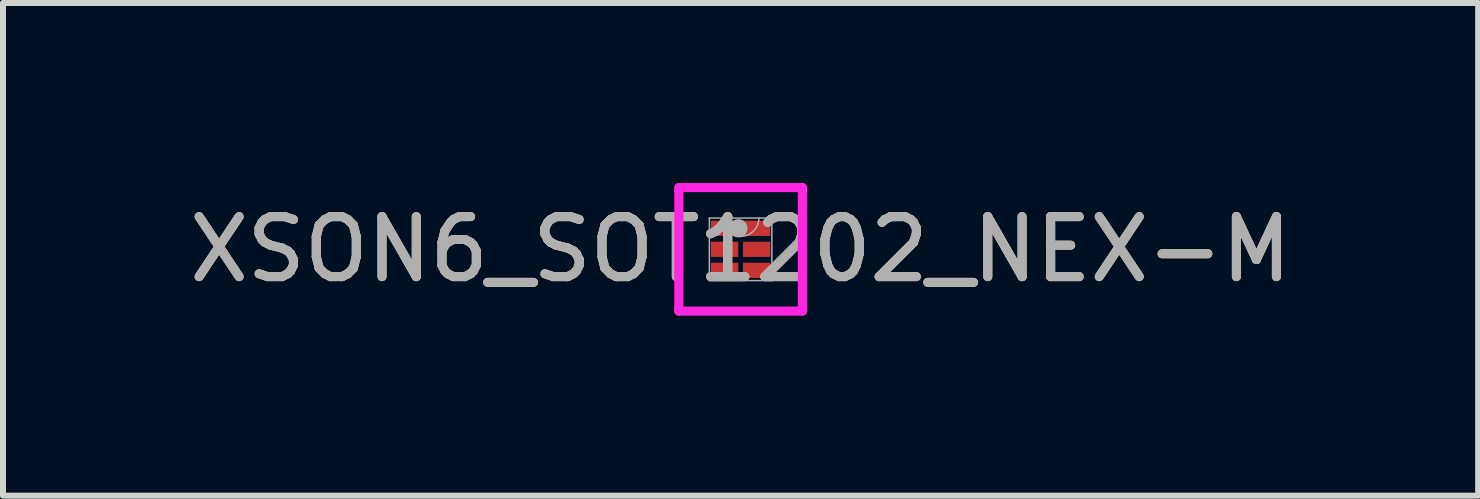
<source format=kicad_pcb>
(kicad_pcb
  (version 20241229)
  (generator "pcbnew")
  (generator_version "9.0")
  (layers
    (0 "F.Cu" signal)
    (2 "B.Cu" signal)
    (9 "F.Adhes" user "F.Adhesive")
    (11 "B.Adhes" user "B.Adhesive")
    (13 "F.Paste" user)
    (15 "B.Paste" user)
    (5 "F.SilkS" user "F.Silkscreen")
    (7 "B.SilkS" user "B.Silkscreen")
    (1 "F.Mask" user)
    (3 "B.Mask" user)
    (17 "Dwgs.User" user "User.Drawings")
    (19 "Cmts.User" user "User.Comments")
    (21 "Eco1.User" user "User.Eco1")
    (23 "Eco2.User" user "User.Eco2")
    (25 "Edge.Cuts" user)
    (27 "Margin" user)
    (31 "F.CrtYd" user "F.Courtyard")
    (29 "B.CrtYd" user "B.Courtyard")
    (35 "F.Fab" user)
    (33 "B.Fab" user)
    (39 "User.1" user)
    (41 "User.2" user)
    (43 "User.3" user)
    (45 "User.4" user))
  (footprint "XSON6_SOT1202_NEX-M"
    (layer "F.Cu")
    (at 9.292 1.105)
    (property "Reference" "XSON6_SOT1202_NEX-M" (at 0 0 0) (unlocked yes) (layer "F.SilkS") (effects (font (size 1 1) (thickness 0.15))))
    (attr smd)
    (fp_line (start -1.029 -1.029) (end 1.029 -1.029) (stroke (width 0.152) (type solid)) (layer "F.CrtYd"))
    (fp_line (start -1.029 -0.985) (end -1.029 -1.029) (stroke (width 0.152) (type solid)) (layer "F.CrtYd"))
    (fp_line (start -1.029 -0.985) (end -1.029 -0.985) (stroke (width 0.152) (type solid)) (layer "F.CrtYd"))
    (fp_line (start -1.029 0.985) (end -1.029 -0.985) (stroke (width 0.152) (type solid)) (layer "F.CrtYd"))
    (fp_line (start -1.029 0.985) (end -1.029 0.985) (stroke (width 0.152) (type solid)) (layer "F.CrtYd"))
    (fp_line (start -1.029 1.029) (end -1.029 0.985) (stroke (width 0.152) (type solid)) (layer "F.CrtYd"))
    (fp_line (start 1.029 -1.029) (end 1.029 -0.985) (stroke (width 0.152) (type solid)) (layer "F.CrtYd"))
    (fp_line (start 1.029 -0.985) (end 1.029 -0.985) (stroke (width 0.152) (type solid)) (layer "F.CrtYd"))
    (fp_line (start 1.029 -0.985) (end 1.029 0.985) (stroke (width 0.152) (type solid)) (layer "F.CrtYd"))
    (fp_line (start 1.029 0.985) (end 1.029 0.985) (stroke (width 0.152) (type solid)) (layer "F.CrtYd"))
    (fp_line (start 1.029 0.985) (end 1.029 1.029) (stroke (width 0.152) (type solid)) (layer "F.CrtYd"))
    (fp_line (start 1.029 1.029) (end -1.029 1.029) (stroke (width 0.152) (type solid)) (layer "F.CrtYd"))
    (fp_line (start -0.521 -0.521) (end -0.521 0.521) (stroke (width 0.025) (type solid)) (layer "F.Fab"))
    (fp_line (start -0.521 0.521) (end 0.521 0.521) (stroke (width 0.025) (type solid)) (layer "F.Fab"))
    (fp_line (start 0.521 -0.521) (end -0.521 -0.521) (stroke (width 0.025) (type solid)) (layer "F.Fab"))
    (fp_line (start 0.521 0.521) (end 0.521 -0.521) (stroke (width 0.025) (type solid)) (layer "F.Fab"))
    (fp_arc (start 0.3048 -0.5207) (mid 0 -0.2159) (end -0.3048 -0.5207) (stroke (width 0.0254) (type solid)) (layer "F.Fab"))
    (fp_circle (center -0.038 -0.35) (end 0.038 -0.35) (stroke (width 0.152) (type solid)) (fill no) (layer "F.Fab"))
    (fp_text user "${REFERENCE}" (at 0 0 0) (unlocked yes) (layer "F.Fab") (effects (font (size 1 1) (thickness 0.15))))
    (pad "1" smd rect (at -0.241 -0.35) (size 0.508 0.254) (layers "F.Cu" "F.Mask" "F.Paste"))
    (pad "2" smd rect (at -0.267 0) (size 0.457 0.254) (layers "F.Cu" "F.Mask" "F.Paste"))
    (pad "3" smd rect (at -0.267 0.35) (size 0.457 0.254) (layers "F.Cu" "F.Mask" "F.Paste"))
    (pad "4" smd rect (at 0.267 0.35) (size 0.457 0.254) (layers "F.Cu" "F.Mask" "F.Paste"))
    (pad "5" smd rect (at 0.267 0) (size 0.457 0.254) (layers "F.Cu" "F.Mask" "F.Paste"))
    (pad "6" smd rect (at 0.267 -0.35) (size 0.457 0.254) (layers "F.Cu" "F.Mask" "F.Paste")))
  (gr_rect
    (start -3 -3)
    (end 21.583 5.21)
    (stroke (width 0.1) (type default))
    (fill no)
    (layer "Edge.Cuts")))
</source>
